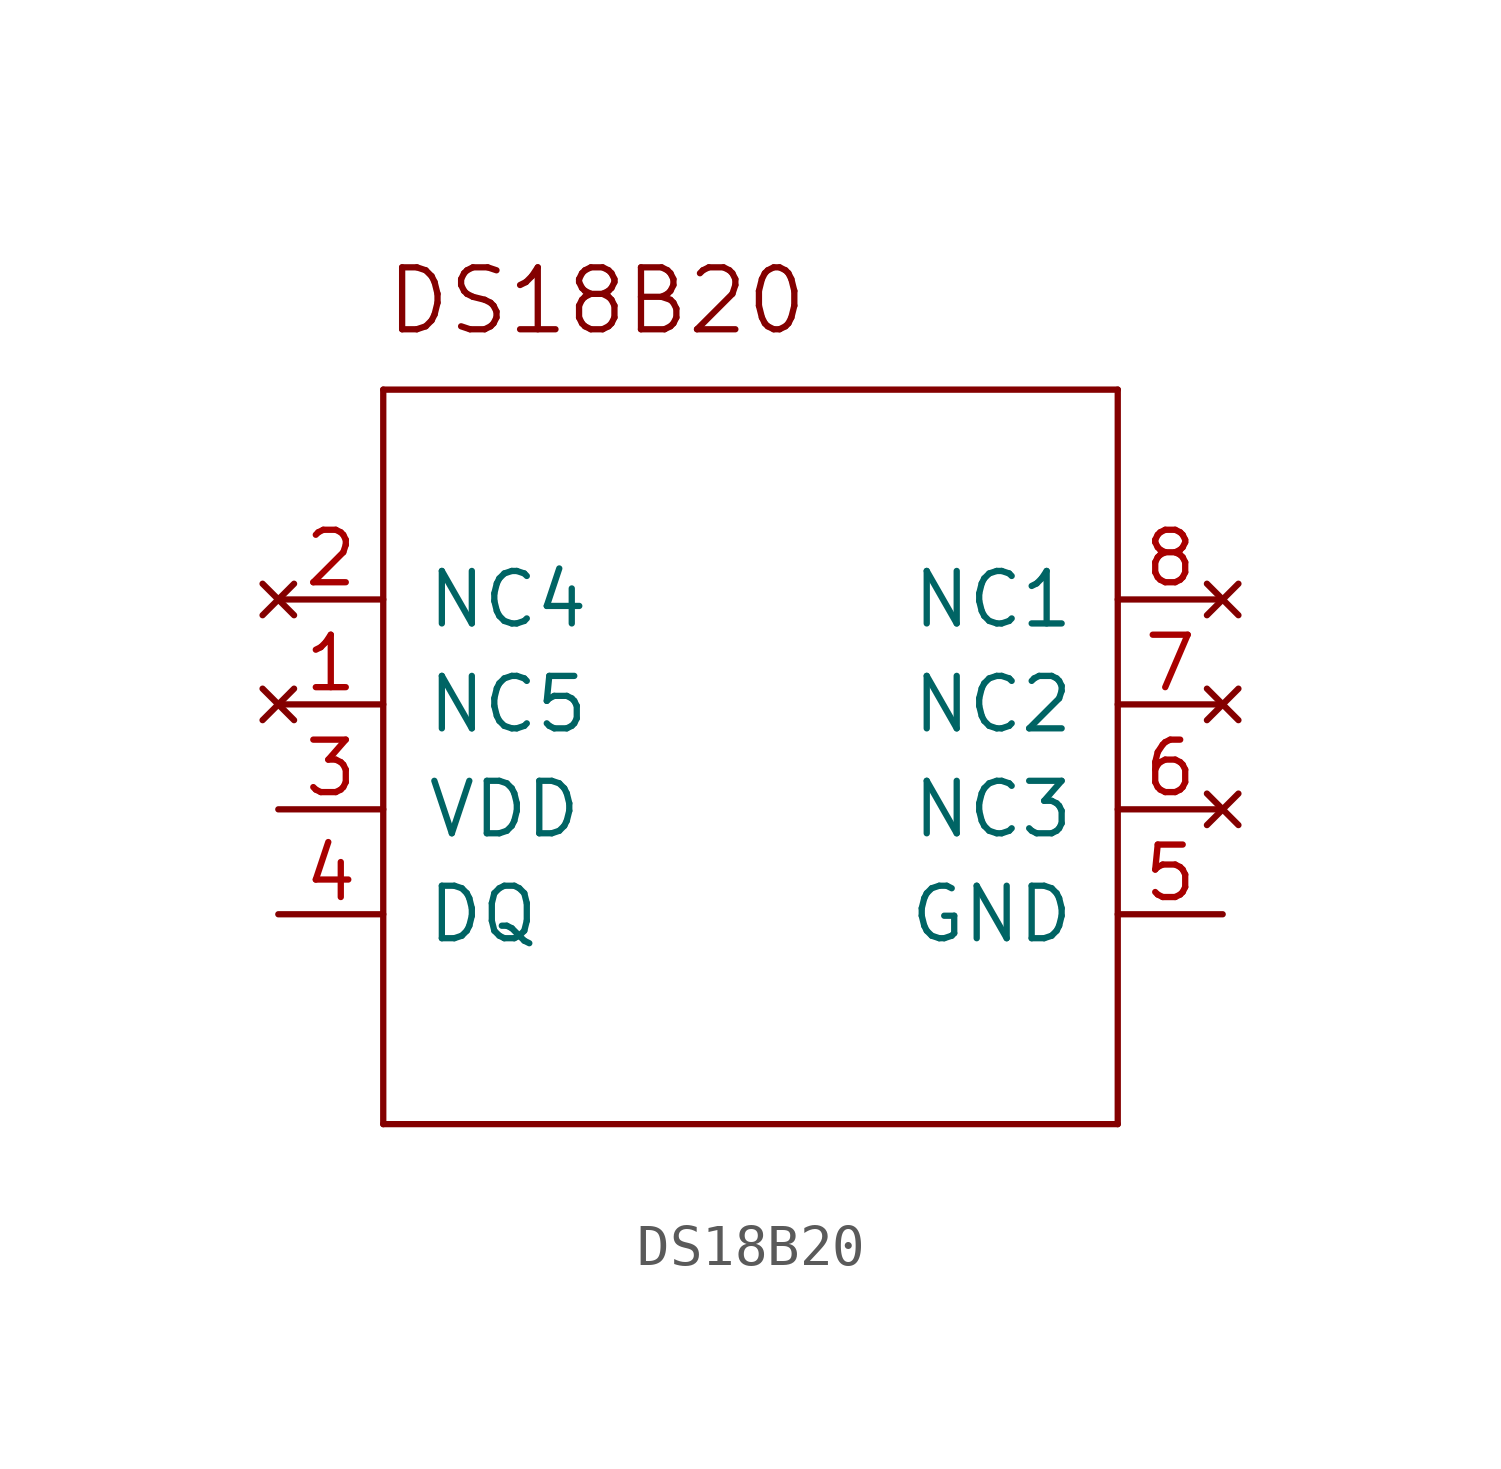
<source format=kicad_sym>
(kicad_symbol_lib
  (version 20211014)
  (generator kicad_symbol_editor)
  (symbol "DS18B20"
    (pin_names
      (offset 1.016))
    (property "Reference" ""
      (at 0 0 0)
      (effects (font (size 1.27 1.27)) hide))
    (property "ki_locked" ""
      (at 0 0 0)
      (effects (font (size 1.27 1.27))))
    (symbol "DS18B20_1_0"
      (polyline (pts (xy -10.16 -7.62) (xy -10.16 10.16)) (stroke (width 0) (type default) (color 0 0 0 0)) (fill (type none)))
      (polyline (pts (xy -10.16 10.16) (xy 7.62 10.16)) (stroke (width 0) (type default) (color 0 0 0 0)) (fill (type none)))
      (polyline (pts (xy 7.62 -7.62) (xy -10.16 -7.62)) (stroke (width 0) (type default) (color 0 0 0 0)) (fill (type none)))
      (polyline (pts (xy 7.62 10.16) (xy 7.62 -7.62)) (stroke (width 0) (type default) (color 0 0 0 0)) (fill (type none)))
      (text "DS18B20" (at -10.16 11.43 0) (effects (font (size 1.499 1.499)) (justify left bottom)))
      (pin no_connect line (at -12.7 2.54 0) (length 2.54) (name "NC5" (effects (font (size 1.27 1.27)))) (number "1" (effects (font (size 1.27 1.27)))))
      (pin no_connect line (at -12.7 5.08 0) (length 2.54) (name "NC4" (effects (font (size 1.27 1.27)))) (number "2" (effects (font (size 1.27 1.27)))))
      (pin power_in line (at -12.7 0 0) (length 2.54) (name "VDD" (effects (font (size 1.27 1.27)))) (number "3" (effects (font (size 1.27 1.27)))))
      (pin bidirectional line (at -12.7 -2.54 0) (length 2.54) (name "DQ" (effects (font (size 1.27 1.27)))) (number "4" (effects (font (size 1.27 1.27)))))
      (pin power_in line (at 10.16 -2.54 180) (length 2.54) (name "GND" (effects (font (size 1.27 1.27)))) (number "5" (effects (font (size 1.27 1.27)))))
      (pin no_connect line (at 10.16 0 180) (length 2.54) (name "NC3" (effects (font (size 1.27 1.27)))) (number "6" (effects (font (size 1.27 1.27)))))
      (pin no_connect line (at 10.16 2.54 180) (length 2.54) (name "NC2" (effects (font (size 1.27 1.27)))) (number "7" (effects (font (size 1.27 1.27)))))
      (pin no_connect line (at 10.16 5.08 180) (length 2.54) (name "NC1" (effects (font (size 1.27 1.27)))) (number "8" (effects (font (size 1.27 1.27))))))))
</source>
